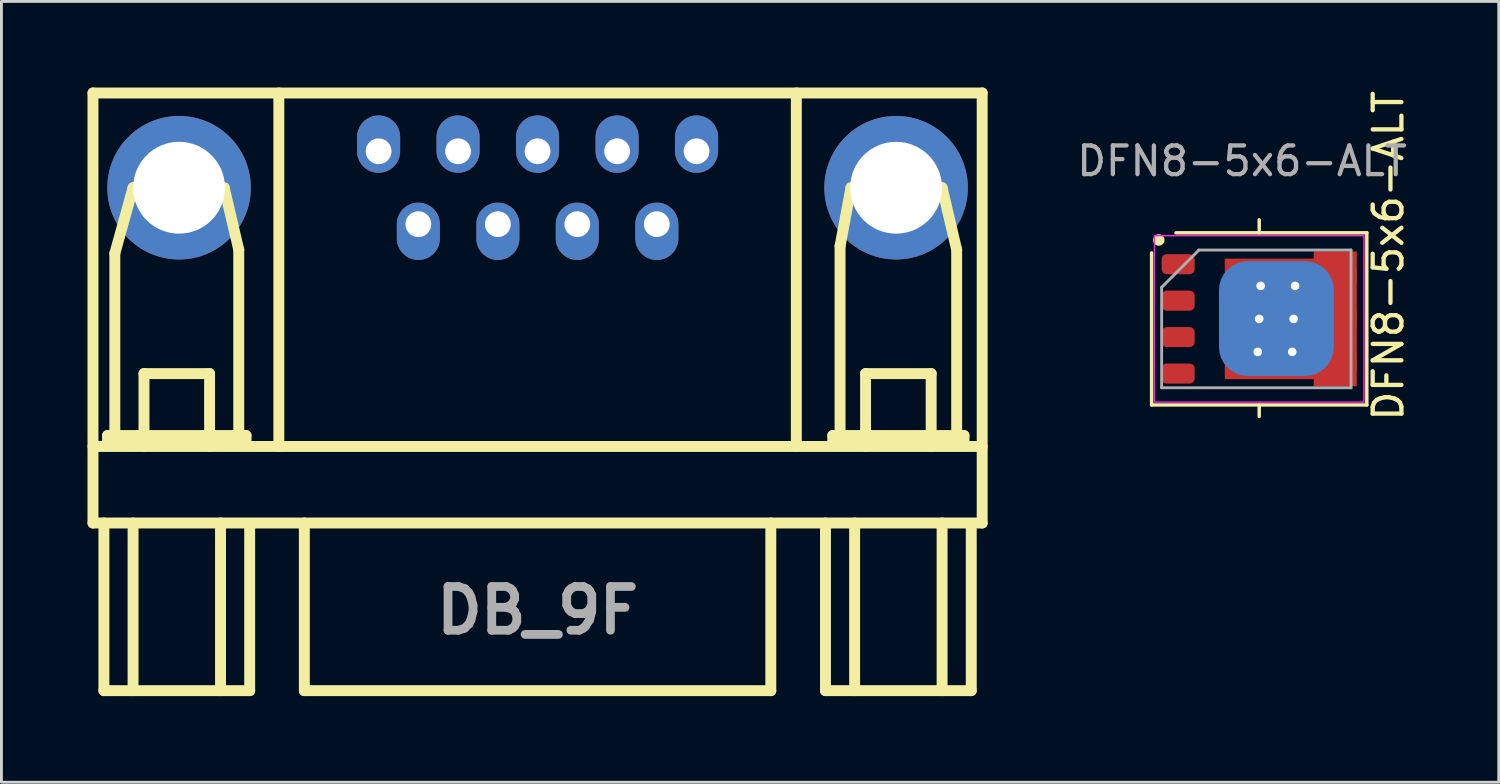
<source format=kicad_pcb>
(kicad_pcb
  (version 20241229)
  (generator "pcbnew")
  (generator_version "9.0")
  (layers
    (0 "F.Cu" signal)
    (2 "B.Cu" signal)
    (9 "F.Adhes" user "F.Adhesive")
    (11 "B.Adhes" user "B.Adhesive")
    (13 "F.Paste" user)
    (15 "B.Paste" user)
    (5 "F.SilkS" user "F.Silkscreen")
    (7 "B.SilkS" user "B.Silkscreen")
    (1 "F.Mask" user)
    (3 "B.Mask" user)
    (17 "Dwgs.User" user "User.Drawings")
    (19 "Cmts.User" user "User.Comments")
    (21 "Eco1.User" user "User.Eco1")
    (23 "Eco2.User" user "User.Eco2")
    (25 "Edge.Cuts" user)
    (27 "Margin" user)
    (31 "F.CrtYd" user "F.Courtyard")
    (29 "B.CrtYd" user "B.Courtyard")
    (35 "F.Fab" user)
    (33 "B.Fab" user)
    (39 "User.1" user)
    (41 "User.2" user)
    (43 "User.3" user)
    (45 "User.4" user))
  (footprint "DB_9F"
    (layer "F.Cu")
    (at 15.684 10.604)
    (property "Reference" "DB_9F" (at 0 7.62 0) (layer "F.Fab") (effects (font (size 1.524 1.524) (thickness 0.305))))
    (attr through_hole)
    (fp_line (start -15.494 -10.414) (end -15.494 4.572) (stroke (width 0.381) (type solid)) (layer "F.SilkS"))
    (fp_line (start -15.494 1.905) (end 15.494 1.905) (stroke (width 0.381) (type solid)) (layer "F.SilkS"))
    (fp_line (start -15.494 4.572) (end 15.494 4.572) (stroke (width 0.381) (type solid)) (layer "F.SilkS"))
    (fp_line (start -15.113 4.572) (end -15.113 10.414) (stroke (width 0.381) (type solid)) (layer "F.SilkS"))
    (fp_line (start -15.113 10.414) (end -10.033 10.414) (stroke (width 0.381) (type solid)) (layer "F.SilkS"))
    (fp_line (start -14.986 1.524) (end -14.986 1.778) (stroke (width 0.381) (type solid)) (layer "F.SilkS"))
    (fp_line (start -14.986 1.778) (end -10.16 1.778) (stroke (width 0.381) (type solid)) (layer "F.SilkS"))
    (fp_line (start -14.732 -4.826) (end -14.097 -7.112) (stroke (width 0.381) (type solid)) (layer "F.SilkS"))
    (fp_line (start -14.732 1.524) (end -14.732 -4.826) (stroke (width 0.381) (type solid)) (layer "F.SilkS"))
    (fp_line (start -14.097 -7.112) (end -10.922 -7.112) (stroke (width 0.381) (type solid)) (layer "F.SilkS"))
    (fp_line (start -14.097 4.572) (end -14.097 10.414) (stroke (width 0.381) (type solid)) (layer "F.SilkS"))
    (fp_line (start -13.716 -0.635) (end -11.43 -0.635) (stroke (width 0.381) (type solid)) (layer "F.SilkS"))
    (fp_line (start -13.716 1.905) (end -13.716 -0.635) (stroke (width 0.381) (type solid)) (layer "F.SilkS"))
    (fp_line (start -11.43 -0.635) (end -11.43 1.905) (stroke (width 0.381) (type solid)) (layer "F.SilkS"))
    (fp_line (start -11.049 4.572) (end -11.049 10.414) (stroke (width 0.381) (type solid)) (layer "F.SilkS"))
    (fp_line (start -10.922 -7.112) (end -10.414 -4.953) (stroke (width 0.381) (type solid)) (layer "F.SilkS"))
    (fp_line (start -10.414 -4.953) (end -10.414 1.524) (stroke (width 0.381) (type solid)) (layer "F.SilkS"))
    (fp_line (start -10.16 1.524) (end -14.986 1.524) (stroke (width 0.381) (type solid)) (layer "F.SilkS"))
    (fp_line (start -10.16 1.778) (end -10.16 1.524) (stroke (width 0.381) (type solid)) (layer "F.SilkS"))
    (fp_line (start -10.033 10.414) (end -10.033 4.699) (stroke (width 0.381) (type solid)) (layer "F.SilkS"))
    (fp_line (start -9.017 1.905) (end -9.017 -10.414) (stroke (width 0.381) (type solid)) (layer "F.SilkS"))
    (fp_line (start -8.128 4.572) (end -8.128 10.414) (stroke (width 0.381) (type solid)) (layer "F.SilkS"))
    (fp_line (start -8.128 10.414) (end 8.128 10.414) (stroke (width 0.381) (type solid)) (layer "F.SilkS"))
    (fp_line (start 8.128 10.414) (end 8.128 4.572) (stroke (width 0.381) (type solid)) (layer "F.SilkS"))
    (fp_line (start 9.017 1.905) (end 9.017 -10.414) (stroke (width 0.381) (type solid)) (layer "F.SilkS"))
    (fp_line (start 10.033 4.572) (end 10.033 10.414) (stroke (width 0.381) (type solid)) (layer "F.SilkS"))
    (fp_line (start 10.033 10.414) (end 15.113 10.414) (stroke (width 0.381) (type solid)) (layer "F.SilkS"))
    (fp_line (start 10.287 1.524) (end 10.287 1.778) (stroke (width 0.381) (type solid)) (layer "F.SilkS"))
    (fp_line (start 10.287 1.778) (end 14.859 1.778) (stroke (width 0.381) (type solid)) (layer "F.SilkS"))
    (fp_line (start 10.541 -5.08) (end 10.922 -7.112) (stroke (width 0.381) (type solid)) (layer "F.SilkS"))
    (fp_line (start 10.541 1.524) (end 10.541 -5.08) (stroke (width 0.381) (type solid)) (layer "F.SilkS"))
    (fp_line (start 10.922 -7.112) (end 14.097 -7.112) (stroke (width 0.381) (type solid)) (layer "F.SilkS"))
    (fp_line (start 11.049 4.572) (end 11.049 10.414) (stroke (width 0.381) (type solid)) (layer "F.SilkS"))
    (fp_line (start 11.43 -0.635) (end 13.716 -0.635) (stroke (width 0.381) (type solid)) (layer "F.SilkS"))
    (fp_line (start 11.43 1.905) (end 11.43 -0.635) (stroke (width 0.381) (type solid)) (layer "F.SilkS"))
    (fp_line (start 13.716 -0.635) (end 13.716 1.905) (stroke (width 0.381) (type solid)) (layer "F.SilkS"))
    (fp_line (start 14.097 -7.112) (end 14.605 -4.953) (stroke (width 0.381) (type solid)) (layer "F.SilkS"))
    (fp_line (start 14.097 4.572) (end 14.097 10.414) (stroke (width 0.381) (type solid)) (layer "F.SilkS"))
    (fp_line (start 14.605 -4.953) (end 14.605 1.524) (stroke (width 0.381) (type solid)) (layer "F.SilkS"))
    (fp_line (start 14.859 1.524) (end 10.287 1.524) (stroke (width 0.381) (type solid)) (layer "F.SilkS"))
    (fp_line (start 14.859 1.778) (end 14.859 1.524) (stroke (width 0.381) (type solid)) (layer "F.SilkS"))
    (fp_line (start 15.113 10.414) (end 15.113 4.699) (stroke (width 0.381) (type solid)) (layer "F.SilkS"))
    (fp_line (start 15.494 -10.414) (end -15.494 -10.414) (stroke (width 0.381) (type solid)) (layer "F.SilkS"))
    (fp_line (start 15.494 4.572) (end 15.494 -10.414) (stroke (width 0.381) (type solid)) (layer "F.SilkS"))
    (pad "" thru_hole circle (at -12.494 -7.112) (size 5.001 5.001) (drill 3.2) (layers "*.Cu" "*.Mask"))
    (pad "" thru_hole circle (at 12.494 -7.112) (size 5.001 5.001) (drill 3.2) (layers "*.Cu" "*.Mask"))
    (pad "1" thru_hole oval (at 5.54 -8.382) (size 1.501 1.999) (drill 0.899 (offset 0 -0.249)) (layers "*.Cu" "*.Mask"))
    (pad "2" thru_hole oval (at 2.771 -8.382) (size 1.501 1.999) (drill 0.899 (offset 0 -0.249)) (layers "*.Cu" "*.Mask"))
    (pad "3" thru_hole oval (at 0 -8.382) (size 1.501 1.999) (drill 0.899 (offset 0 -0.249)) (layers "*.Cu" "*.Mask"))
    (pad "4" thru_hole oval (at -2.771 -8.382) (size 1.501 1.999) (drill 0.899 (offset 0 -0.249)) (layers "*.Cu" "*.Mask"))
    (pad "5" thru_hole oval (at -5.54 -8.382) (size 1.501 1.999) (drill 0.899 (offset 0 -0.249)) (layers "*.Cu" "*.Mask"))
    (pad "6" thru_hole oval (at 4.155 -5.842) (size 1.501 1.999) (drill 0.899 (offset 0 0.249)) (layers "*.Cu" "*.Mask"))
    (pad "7" thru_hole oval (at 1.384 -5.842) (size 1.501 1.999) (drill 0.899 (offset 0 0.249)) (layers "*.Cu" "*.Mask"))
    (pad "8" thru_hole oval (at -1.384 -5.842) (size 1.501 1.999) (drill 0.899 (offset 0 0.249)) (layers "*.Cu" "*.Mask"))
    (pad "9" thru_hole oval (at -4.155 -5.842) (size 1.501 1.999) (drill 0.899 (offset 0 0.249)) (layers "*.Cu" "*.Mask")))
  (footprint "DFN8-5x6-ALT"
    (layer "F.Cu")
    (at 40.732 8.063)
    (property "Reference" "DFN8-5x6-ALT" (at 4.6 -2.2 90) (layer "F.SilkS") (effects (font (size 1 1) (thickness 0.15))))
    (attr smd)
    (fp_line (start -3.65 3) (end -3.65 -2.3) (stroke (width 0.12) (type solid)) (layer "F.SilkS"))
    (fp_line (start -3.65 3) (end 3.85 3) (stroke (width 0.12) (type solid)) (layer "F.SilkS"))
    (fp_line (start -3.4 -2.75) (end -3.4 -2.75) (stroke (width 0.4) (type default)) (layer "F.SilkS"))
    (fp_line (start 0.1 -3) (end 0.1 -3.45) (stroke (width 0.12) (type default)) (layer "F.SilkS"))
    (fp_line (start 0.1 3) (end 0.1 3.4) (stroke (width 0.12) (type default)) (layer "F.SilkS"))
    (fp_line (start 3.85 -3) (end -2.8 -3) (stroke (width 0.12) (type solid)) (layer "F.SilkS"))
    (fp_line (start 3.85 3) (end 3.85 -3) (stroke (width 0.12) (type solid)) (layer "F.SilkS"))
    (fp_rect (start -3.55 -2.9) (end 3.75 2.9) (stroke (width 0.05) (type solid)) (fill no) (layer "F.CrtYd"))
    (fp_line (start -3.3 -1.1) (end -3.3 2.4) (stroke (width 0.1) (type solid)) (layer "F.Fab"))
    (fp_line (start -3.3 -1.1) (end -2 -2.4) (stroke (width 0.1) (type solid)) (layer "F.Fab"))
    (fp_line (start -3.3 2.4) (end 3.3 2.4) (stroke (width 0.1) (type solid)) (layer "F.Fab"))
    (fp_line (start 3.3 -2.4) (end -2 -2.4) (stroke (width 0.1) (type solid)) (layer "F.Fab"))
    (fp_line (start 3.3 2.4) (end 3.3 -2.4) (stroke (width 0.1) (type solid)) (layer "F.Fab"))
    (fp_text user "${REFERENCE}" (at -0.5 -5.5 0) (layer "F.Fab") (effects (font (size 1 1) (thickness 0.15))))
    (pad "1" smd roundrect (at -2.725 -1.905 90) (size 0.7 1.15) (layers "F.Cu" "F.Mask" "F.Paste") (roundrect_rratio 0.25))
    (pad "2" smd roundrect (at -2.725 -0.635 90) (size 0.7 1.15) (layers "F.Cu" "F.Mask" "F.Paste") (roundrect_rratio 0.25))
    (pad "3" smd roundrect (at -2.725 0.635 90) (size 0.7 1.15) (layers "F.Cu" "F.Mask" "F.Paste") (roundrect_rratio 0.25))
    (pad "4" smd roundrect (at -2.725 1.905 90) (size 0.7 1.15) (layers "F.Cu" "F.Mask" "F.Paste") (roundrect_rratio 0.25))
    (pad "5" smd custom (at 0 0 90) (size 4 2) (layers "F.Cu" "F.Mask") (options (anchor rect)) (primitives (gr_poly (pts (xy -2.35 3.5) (xy 2.35 3.5) (xy 2.35 2) (xy 2.1 2) (xy 2.1 -1.1) (xy -2.1 -1.1) (xy -2.1 2) (xy -2.35 2)) (width 0) (fill yes))))
    (pad "5" thru_hole circle (at 0.05 1.15) (size 1 1) (drill 0.3) (layers "*.Cu" "*.Mask"))
    (pad "5" thru_hole circle (at 0.1 0) (size 1 1) (drill 0.3) (layers "*.Cu" "*.Mask"))
    (pad "5" thru_hole circle (at 0.15 -1.15) (size 1 1) (drill 0.3) (layers "*.Cu" "*.Mask"))
    (pad "5" smd roundrect (at 0.7 -0.01 90) (size 4 4) (layers "B.Cu" "B.Mask") (roundrect_rratio 0.25))
    (pad "5" thru_hole circle (at 1.25 1.15) (size 1 1) (drill 0.3) (layers "*.Cu" "*.Mask"))
    (pad "5" thru_hole circle (at 1.3 0) (size 1 1) (drill 0.3) (layers "*.Cu" "*.Mask"))
    (pad "5" thru_hole circle (at 1.35 -1.15) (size 1 1) (drill 0.3) (layers "*.Cu" "*.Mask"))
    (pad "6" smd roundrect (at 3 -1.5) (size 1 1) (layers "F.Cu" "F.Mask" "F.Paste") (roundrect_rratio 0.25))
    (pad "7" smd roundrect (at 3 0) (size 1 1) (layers "F.Cu" "F.Mask" "F.Paste") (roundrect_rratio 0.25))
    (pad "8" smd roundrect (at 3 1.5) (size 1 1) (layers "F.Cu" "F.Mask" "F.Paste") (roundrect_rratio 0.25)))
  (gr_rect
    (start -3 -3)
    (end 49.18 24.209)
    (stroke (width 0.1) (type default))
    (fill no)
    (layer "Edge.Cuts")))
</source>
